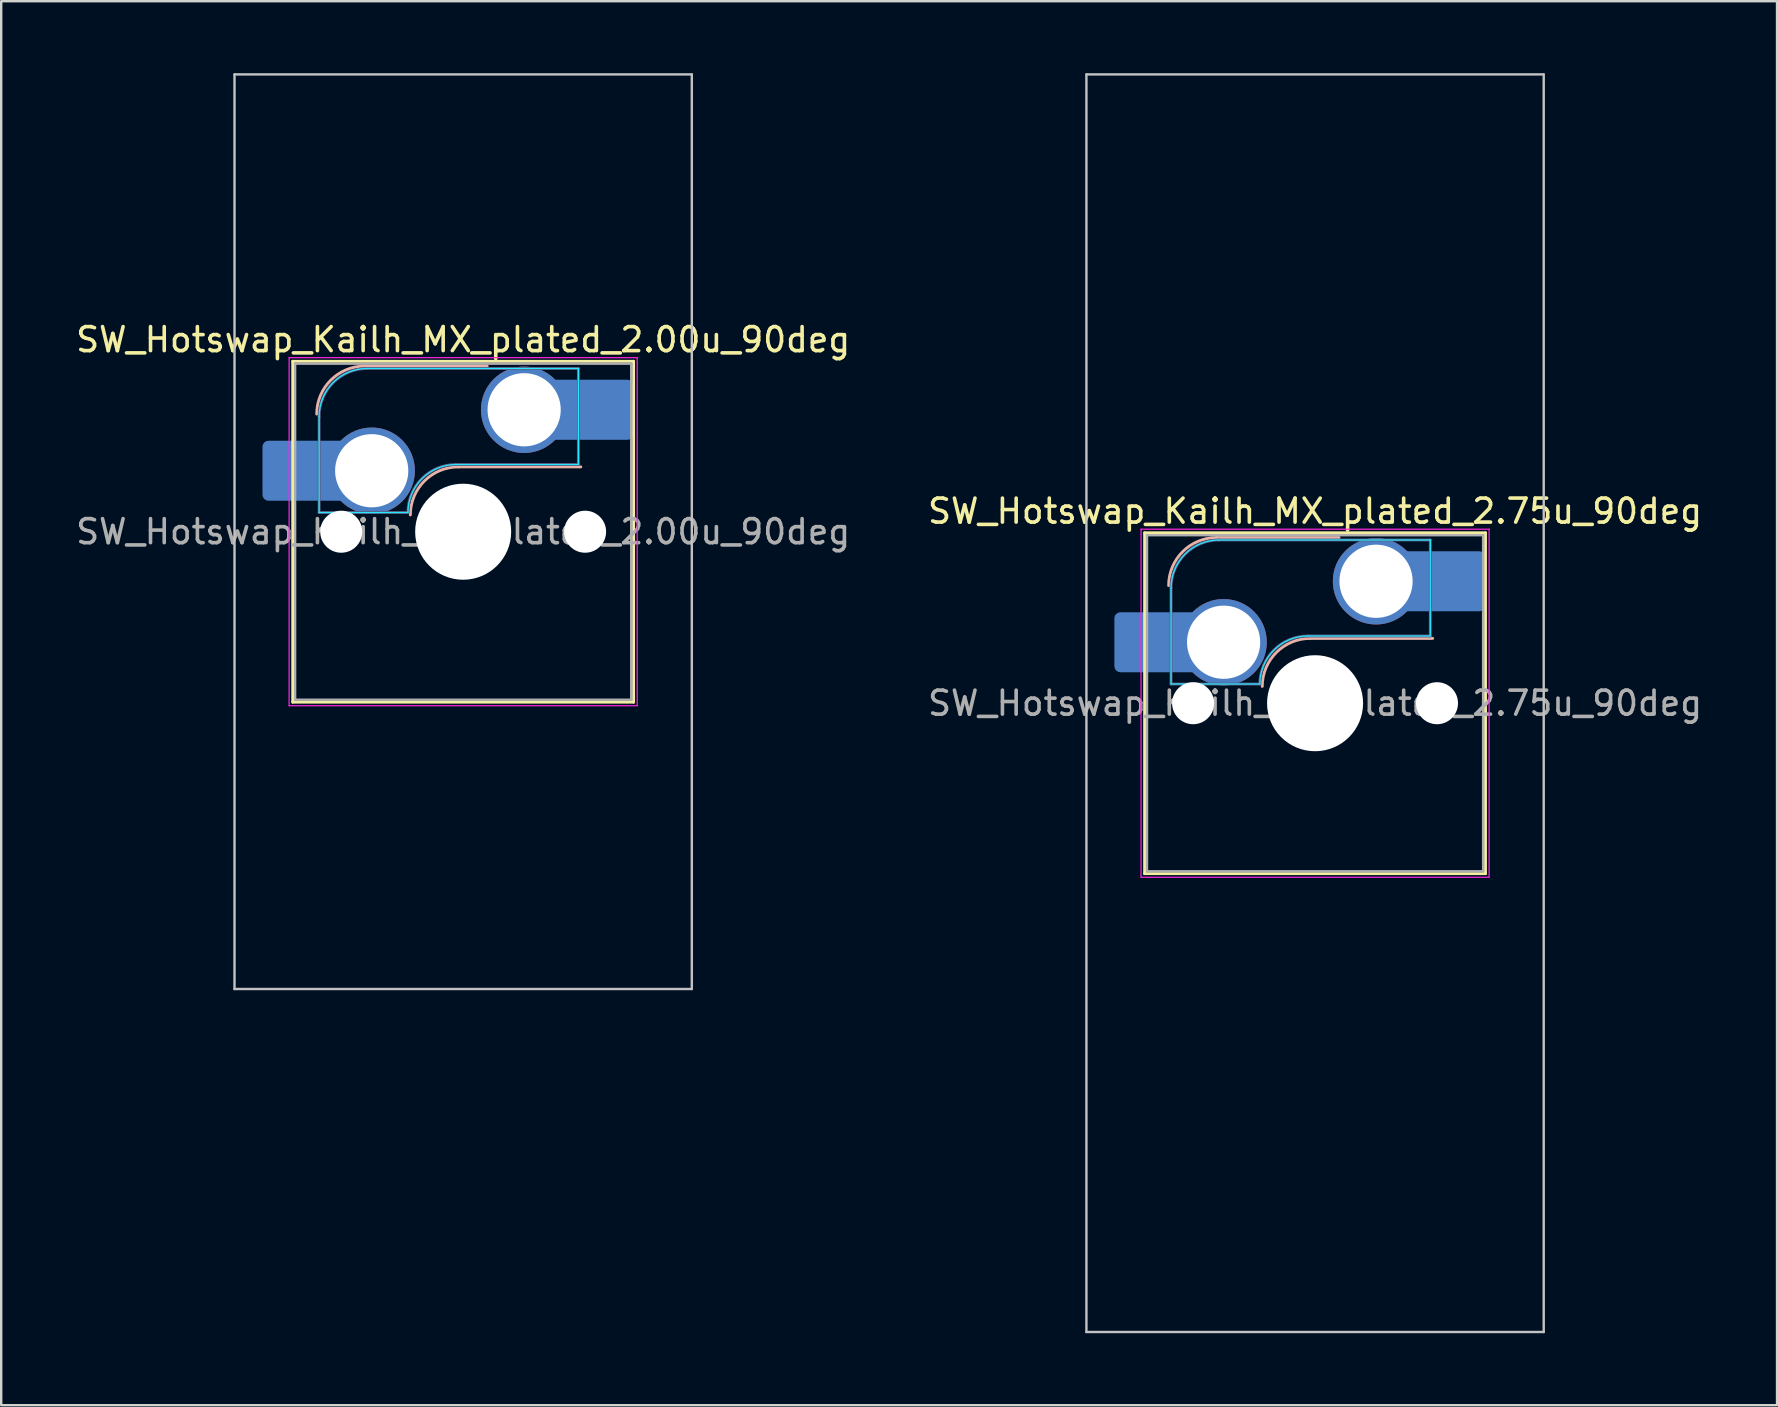
<source format=kicad_pcb>
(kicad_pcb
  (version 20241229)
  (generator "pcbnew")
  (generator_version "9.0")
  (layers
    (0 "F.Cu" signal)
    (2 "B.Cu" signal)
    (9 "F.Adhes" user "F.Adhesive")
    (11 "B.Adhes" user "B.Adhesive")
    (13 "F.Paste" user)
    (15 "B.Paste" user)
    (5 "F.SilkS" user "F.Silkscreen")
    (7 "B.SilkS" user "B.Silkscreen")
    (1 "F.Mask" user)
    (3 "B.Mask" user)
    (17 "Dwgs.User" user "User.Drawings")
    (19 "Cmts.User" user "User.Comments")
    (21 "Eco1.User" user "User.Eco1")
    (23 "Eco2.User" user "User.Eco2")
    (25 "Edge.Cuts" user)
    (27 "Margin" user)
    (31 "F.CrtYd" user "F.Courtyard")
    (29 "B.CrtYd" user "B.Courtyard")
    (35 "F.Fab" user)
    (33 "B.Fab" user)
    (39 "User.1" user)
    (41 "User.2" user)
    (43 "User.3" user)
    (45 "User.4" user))
  (footprint "SW_Hotswap_Kailh_MX_plated_2.75u_90deg"
    (layer "F.Cu")
    (at 51.732 26.244)
    (property "Reference" "SW_Hotswap_Kailh_MX_plated_2.75u_90deg" (at 0 -8 0) (layer "F.SilkS") (effects (font (size 1 1) (thickness 0.15))))
    (attr smd)
    (fp_line (start -7.1 -7.1) (end -7.1 7.1) (stroke (width 0.12) (type solid)) (layer "F.SilkS"))
    (fp_line (start -7.1 7.1) (end 7.1 7.1) (stroke (width 0.12) (type solid)) (layer "F.SilkS"))
    (fp_line (start 7.1 -7.1) (end -7.1 -7.1) (stroke (width 0.12) (type solid)) (layer "F.SilkS"))
    (fp_line (start 7.1 7.1) (end 7.1 -7.1) (stroke (width 0.12) (type solid)) (layer "F.SilkS"))
    (fp_line (start -4.1 -6.9) (end 1 -6.9) (stroke (width 0.12) (type solid)) (layer "B.SilkS"))
    (fp_line (start -0.2 -2.7) (end 4.9 -2.7) (stroke (width 0.12) (type solid)) (layer "B.SilkS"))
    (fp_arc (start -6.1 -4.9) (mid -5.514214 -6.314214) (end -4.1 -6.9) (stroke (width 0.12) (type solid)) (layer "B.SilkS"))
    (fp_arc (start -2.2 -0.7) (mid -1.614214 -2.114214) (end -0.2 -2.7) (stroke (width 0.12) (type solid)) (layer "B.SilkS"))
    (fp_line (start -9.525 -26.194) (end 9.525 -26.194) (stroke (width 0.1) (type solid)) (layer "Dwgs.User"))
    (fp_line (start -9.525 26.194) (end -9.525 -26.194) (stroke (width 0.1) (type solid)) (layer "Dwgs.User"))
    (fp_line (start 9.525 -26.194) (end 9.525 26.194) (stroke (width 0.1) (type solid)) (layer "Dwgs.User"))
    (fp_line (start 9.525 26.194) (end -9.525 26.194) (stroke (width 0.1) (type solid)) (layer "Dwgs.User"))
    (fp_line (start -7.8 -6) (end -7 -6) (stroke (width 0.1) (type solid)) (layer "Eco1.User"))
    (fp_line (start -7.8 -2.9) (end -7.8 -6) (stroke (width 0.1) (type solid)) (layer "Eco1.User"))
    (fp_line (start -7.8 2.9) (end -7 2.9) (stroke (width 0.1) (type solid)) (layer "Eco1.User"))
    (fp_line (start -7.8 6) (end -7.8 2.9) (stroke (width 0.1) (type solid)) (layer "Eco1.User"))
    (fp_line (start -7 -7) (end 7 -7) (stroke (width 0.1) (type solid)) (layer "Eco1.User"))
    (fp_line (start -7 -6) (end -7 -7) (stroke (width 0.1) (type solid)) (layer "Eco1.User"))
    (fp_line (start -7 -2.9) (end -7.8 -2.9) (stroke (width 0.1) (type solid)) (layer "Eco1.User"))
    (fp_line (start -7 2.9) (end -7 -2.9) (stroke (width 0.1) (type solid)) (layer "Eco1.User"))
    (fp_line (start -7 6) (end -7.8 6) (stroke (width 0.1) (type solid)) (layer "Eco1.User"))
    (fp_line (start -7 7) (end -7 6) (stroke (width 0.1) (type solid)) (layer "Eco1.User"))
    (fp_line (start 7 -7) (end 7 -6) (stroke (width 0.1) (type solid)) (layer "Eco1.User"))
    (fp_line (start 7 -6) (end 7.8 -6) (stroke (width 0.1) (type solid)) (layer "Eco1.User"))
    (fp_line (start 7 -2.9) (end 7 2.9) (stroke (width 0.1) (type solid)) (layer "Eco1.User"))
    (fp_line (start 7 2.9) (end 7.8 2.9) (stroke (width 0.1) (type solid)) (layer "Eco1.User"))
    (fp_line (start 7 6) (end 7 7) (stroke (width 0.1) (type solid)) (layer "Eco1.User"))
    (fp_line (start 7 7) (end -7 7) (stroke (width 0.1) (type solid)) (layer "Eco1.User"))
    (fp_line (start 7.8 -6) (end 7.8 -2.9) (stroke (width 0.1) (type solid)) (layer "Eco1.User"))
    (fp_line (start 7.8 -2.9) (end 7 -2.9) (stroke (width 0.1) (type solid)) (layer "Eco1.User"))
    (fp_line (start 7.8 2.9) (end 7.8 6) (stroke (width 0.1) (type solid)) (layer "Eco1.User"))
    (fp_line (start 7.8 6) (end 7 6) (stroke (width 0.1) (type solid)) (layer "Eco1.User"))
    (fp_line (start -6 -0.8) (end -6 -4.8) (stroke (width 0.05) (type solid)) (layer "B.CrtYd"))
    (fp_line (start -6 -0.8) (end -2.3 -0.8) (stroke (width 0.05) (type solid)) (layer "B.CrtYd"))
    (fp_line (start -4 -6.8) (end 4.8 -6.8) (stroke (width 0.05) (type solid)) (layer "B.CrtYd"))
    (fp_line (start -0.3 -2.8) (end 4.8 -2.8) (stroke (width 0.05) (type solid)) (layer "B.CrtYd"))
    (fp_line (start 4.8 -6.8) (end 4.8 -2.8) (stroke (width 0.05) (type solid)) (layer "B.CrtYd"))
    (fp_arc (start -6 -4.8) (mid -5.414214 -6.214214) (end -4 -6.8) (stroke (width 0.05) (type solid)) (layer "B.CrtYd"))
    (fp_arc (start -2.3 -0.8) (mid -1.714214 -2.214214) (end -0.3 -2.8) (stroke (width 0.05) (type solid)) (layer "B.CrtYd"))
    (fp_line (start -7.25 -7.25) (end -7.25 7.25) (stroke (width 0.05) (type solid)) (layer "F.CrtYd"))
    (fp_line (start -7.25 7.25) (end 7.25 7.25) (stroke (width 0.05) (type solid)) (layer "F.CrtYd"))
    (fp_line (start 7.25 -7.25) (end -7.25 -7.25) (stroke (width 0.05) (type solid)) (layer "F.CrtYd"))
    (fp_line (start 7.25 7.25) (end 7.25 -7.25) (stroke (width 0.05) (type solid)) (layer "F.CrtYd"))
    (fp_line (start -6 -0.8) (end -6 -4.8) (stroke (width 0.12) (type solid)) (layer "B.Fab"))
    (fp_line (start -6 -0.8) (end -2.3 -0.8) (stroke (width 0.12) (type solid)) (layer "B.Fab"))
    (fp_line (start -4 -6.8) (end 4.8 -6.8) (stroke (width 0.12) (type solid)) (layer "B.Fab"))
    (fp_line (start -0.3 -2.8) (end 4.8 -2.8) (stroke (width 0.12) (type solid)) (layer "B.Fab"))
    (fp_line (start 4.8 -6.8) (end 4.8 -2.8) (stroke (width 0.12) (type solid)) (layer "B.Fab"))
    (fp_arc (start -6 -4.8) (mid -5.414214 -6.214214) (end -4 -6.8) (stroke (width 0.12) (type solid)) (layer "B.Fab"))
    (fp_arc (start -2.3 -0.8) (mid -1.714214 -2.214214) (end -0.3 -2.8) (stroke (width 0.12) (type solid)) (layer "B.Fab"))
    (fp_line (start -7 -7) (end -7 7) (stroke (width 0.1) (type solid)) (layer "F.Fab"))
    (fp_line (start -7 7) (end 7 7) (stroke (width 0.1) (type solid)) (layer "F.Fab"))
    (fp_line (start 7 -7) (end -7 -7) (stroke (width 0.1) (type solid)) (layer "F.Fab"))
    (fp_line (start 7 7) (end 7 -7) (stroke (width 0.1) (type solid)) (layer "F.Fab"))
    (fp_text user "${REFERENCE}" (at 0 0 0) (layer "F.Fab") (effects (font (size 1 1) (thickness 0.15))))
    (pad "" smd roundrect (at -7.085 -2.54) (size 2.55 2.5) (layers "B.Mask" "B.Paste") (roundrect_rratio 0.1))
    (pad "" np_thru_hole circle (at -5.08 0) (size 1.75 1.75) (drill 1.75) (layers "*.Cu" "*.Mask"))
    (pad "" smd circle (at -3.81 -2.54) (size 3.1 3.1) (layers "F.Mask"))
    (pad "" np_thru_hole circle (at 0 0) (size 4 4) (drill 4) (layers "*.Cu" "*.Mask"))
    (pad "" smd circle (at 2.54 -5.08) (size 3.1 3.1) (layers "F.Mask"))
    (pad "" np_thru_hole circle (at 5.08 0) (size 1.75 1.75) (drill 1.75) (layers "*.Cu" "*.Mask"))
    (pad "" smd roundrect (at 5.842 -5.08) (size 2.55 2.5) (layers "B.Mask" "B.Paste") (roundrect_rratio 0.1))
    (pad "1" smd roundrect (at -6.585 -2.54) (size 3.55 2.5) (layers "B.Cu") (roundrect_rratio 0.1))
    (pad "1" thru_hole circle (at -3.81 -2.54) (size 3.6 3.6) (drill 3.05) (layers "*.Cu" "B.Mask"))
    (pad "2" thru_hole circle (at 2.54 -5.08) (size 3.6 3.6) (drill 3.05) (layers "*.Cu" "B.Mask"))
    (pad "2" smd roundrect (at 5.32 -5.08) (size 3.55 2.5) (layers "B.Cu") (roundrect_rratio 0.1)))
  (footprint "SW_Hotswap_Kailh_MX_plated_2.00u_90deg"
    (layer "F.Cu")
    (at 16.244 19.1)
    (property "Reference" "SW_Hotswap_Kailh_MX_plated_2.00u_90deg" (at 0 -8 0) (layer "F.SilkS") (effects (font (size 1 1) (thickness 0.15))))
    (attr smd)
    (fp_line (start -7.1 -7.1) (end -7.1 7.1) (stroke (width 0.12) (type solid)) (layer "F.SilkS"))
    (fp_line (start -7.1 7.1) (end 7.1 7.1) (stroke (width 0.12) (type solid)) (layer "F.SilkS"))
    (fp_line (start 7.1 -7.1) (end -7.1 -7.1) (stroke (width 0.12) (type solid)) (layer "F.SilkS"))
    (fp_line (start 7.1 7.1) (end 7.1 -7.1) (stroke (width 0.12) (type solid)) (layer "F.SilkS"))
    (fp_line (start -4.1 -6.9) (end 1 -6.9) (stroke (width 0.12) (type solid)) (layer "B.SilkS"))
    (fp_line (start -0.2 -2.7) (end 4.9 -2.7) (stroke (width 0.12) (type solid)) (layer "B.SilkS"))
    (fp_arc (start -6.1 -4.9) (mid -5.514214 -6.314214) (end -4.1 -6.9) (stroke (width 0.12) (type solid)) (layer "B.SilkS"))
    (fp_arc (start -2.2 -0.7) (mid -1.614214 -2.114214) (end -0.2 -2.7) (stroke (width 0.12) (type solid)) (layer "B.SilkS"))
    (fp_line (start -9.525 -19.05) (end 9.525 -19.05) (stroke (width 0.1) (type solid)) (layer "Dwgs.User"))
    (fp_line (start -9.525 19.05) (end -9.525 -19.05) (stroke (width 0.1) (type solid)) (layer "Dwgs.User"))
    (fp_line (start 9.525 -19.05) (end 9.525 19.05) (stroke (width 0.1) (type solid)) (layer "Dwgs.User"))
    (fp_line (start 9.525 19.05) (end -9.525 19.05) (stroke (width 0.1) (type solid)) (layer "Dwgs.User"))
    (fp_line (start -7.8 -6) (end -7 -6) (stroke (width 0.1) (type solid)) (layer "Eco1.User"))
    (fp_line (start -7.8 -2.9) (end -7.8 -6) (stroke (width 0.1) (type solid)) (layer "Eco1.User"))
    (fp_line (start -7.8 2.9) (end -7 2.9) (stroke (width 0.1) (type solid)) (layer "Eco1.User"))
    (fp_line (start -7.8 6) (end -7.8 2.9) (stroke (width 0.1) (type solid)) (layer "Eco1.User"))
    (fp_line (start -7 -7) (end 7 -7) (stroke (width 0.1) (type solid)) (layer "Eco1.User"))
    (fp_line (start -7 -6) (end -7 -7) (stroke (width 0.1) (type solid)) (layer "Eco1.User"))
    (fp_line (start -7 -2.9) (end -7.8 -2.9) (stroke (width 0.1) (type solid)) (layer "Eco1.User"))
    (fp_line (start -7 2.9) (end -7 -2.9) (stroke (width 0.1) (type solid)) (layer "Eco1.User"))
    (fp_line (start -7 6) (end -7.8 6) (stroke (width 0.1) (type solid)) (layer "Eco1.User"))
    (fp_line (start -7 7) (end -7 6) (stroke (width 0.1) (type solid)) (layer "Eco1.User"))
    (fp_line (start 7 -7) (end 7 -6) (stroke (width 0.1) (type solid)) (layer "Eco1.User"))
    (fp_line (start 7 -6) (end 7.8 -6) (stroke (width 0.1) (type solid)) (layer "Eco1.User"))
    (fp_line (start 7 -2.9) (end 7 2.9) (stroke (width 0.1) (type solid)) (layer "Eco1.User"))
    (fp_line (start 7 2.9) (end 7.8 2.9) (stroke (width 0.1) (type solid)) (layer "Eco1.User"))
    (fp_line (start 7 6) (end 7 7) (stroke (width 0.1) (type solid)) (layer "Eco1.User"))
    (fp_line (start 7 7) (end -7 7) (stroke (width 0.1) (type solid)) (layer "Eco1.User"))
    (fp_line (start 7.8 -6) (end 7.8 -2.9) (stroke (width 0.1) (type solid)) (layer "Eco1.User"))
    (fp_line (start 7.8 -2.9) (end 7 -2.9) (stroke (width 0.1) (type solid)) (layer "Eco1.User"))
    (fp_line (start 7.8 2.9) (end 7.8 6) (stroke (width 0.1) (type solid)) (layer "Eco1.User"))
    (fp_line (start 7.8 6) (end 7 6) (stroke (width 0.1) (type solid)) (layer "Eco1.User"))
    (fp_line (start -6 -0.8) (end -6 -4.8) (stroke (width 0.05) (type solid)) (layer "B.CrtYd"))
    (fp_line (start -6 -0.8) (end -2.3 -0.8) (stroke (width 0.05) (type solid)) (layer "B.CrtYd"))
    (fp_line (start -4 -6.8) (end 4.8 -6.8) (stroke (width 0.05) (type solid)) (layer "B.CrtYd"))
    (fp_line (start -0.3 -2.8) (end 4.8 -2.8) (stroke (width 0.05) (type solid)) (layer "B.CrtYd"))
    (fp_line (start 4.8 -6.8) (end 4.8 -2.8) (stroke (width 0.05) (type solid)) (layer "B.CrtYd"))
    (fp_arc (start -6 -4.8) (mid -5.414214 -6.214214) (end -4 -6.8) (stroke (width 0.05) (type solid)) (layer "B.CrtYd"))
    (fp_arc (start -2.3 -0.8) (mid -1.714214 -2.214214) (end -0.3 -2.8) (stroke (width 0.05) (type solid)) (layer "B.CrtYd"))
    (fp_line (start -7.25 -7.25) (end -7.25 7.25) (stroke (width 0.05) (type solid)) (layer "F.CrtYd"))
    (fp_line (start -7.25 7.25) (end 7.25 7.25) (stroke (width 0.05) (type solid)) (layer "F.CrtYd"))
    (fp_line (start 7.25 -7.25) (end -7.25 -7.25) (stroke (width 0.05) (type solid)) (layer "F.CrtYd"))
    (fp_line (start 7.25 7.25) (end 7.25 -7.25) (stroke (width 0.05) (type solid)) (layer "F.CrtYd"))
    (fp_line (start -6 -0.8) (end -6 -4.8) (stroke (width 0.12) (type solid)) (layer "B.Fab"))
    (fp_line (start -6 -0.8) (end -2.3 -0.8) (stroke (width 0.12) (type solid)) (layer "B.Fab"))
    (fp_line (start -4 -6.8) (end 4.8 -6.8) (stroke (width 0.12) (type solid)) (layer "B.Fab"))
    (fp_line (start -0.3 -2.8) (end 4.8 -2.8) (stroke (width 0.12) (type solid)) (layer "B.Fab"))
    (fp_line (start 4.8 -6.8) (end 4.8 -2.8) (stroke (width 0.12) (type solid)) (layer "B.Fab"))
    (fp_arc (start -6 -4.8) (mid -5.414214 -6.214214) (end -4 -6.8) (stroke (width 0.12) (type solid)) (layer "B.Fab"))
    (fp_arc (start -2.3 -0.8) (mid -1.714214 -2.214214) (end -0.3 -2.8) (stroke (width 0.12) (type solid)) (layer "B.Fab"))
    (fp_line (start -7 -7) (end -7 7) (stroke (width 0.1) (type solid)) (layer "F.Fab"))
    (fp_line (start -7 7) (end 7 7) (stroke (width 0.1) (type solid)) (layer "F.Fab"))
    (fp_line (start 7 -7) (end -7 -7) (stroke (width 0.1) (type solid)) (layer "F.Fab"))
    (fp_line (start 7 7) (end 7 -7) (stroke (width 0.1) (type solid)) (layer "F.Fab"))
    (fp_text user "${REFERENCE}" (at 0 0 0) (layer "F.Fab") (effects (font (size 1 1) (thickness 0.15))))
    (pad "" smd roundrect (at -7.085 -2.54) (size 2.55 2.5) (layers "B.Mask" "B.Paste") (roundrect_rratio 0.1))
    (pad "" np_thru_hole circle (at -5.08 0) (size 1.75 1.75) (drill 1.75) (layers "*.Cu" "*.Mask"))
    (pad "" smd circle (at -3.81 -2.54) (size 3.1 3.1) (layers "F.Mask"))
    (pad "" np_thru_hole circle (at 0 0) (size 4 4) (drill 4) (layers "*.Cu" "*.Mask"))
    (pad "" smd circle (at 2.54 -5.08) (size 3.1 3.1) (layers "F.Mask"))
    (pad "" np_thru_hole circle (at 5.08 0) (size 1.75 1.75) (drill 1.75) (layers "*.Cu" "*.Mask"))
    (pad "" smd roundrect (at 5.842 -5.08) (size 2.55 2.5) (layers "B.Mask" "B.Paste") (roundrect_rratio 0.1))
    (pad "1" smd roundrect (at -6.585 -2.54) (size 3.55 2.5) (layers "B.Cu") (roundrect_rratio 0.1))
    (pad "1" thru_hole circle (at -3.81 -2.54) (size 3.6 3.6) (drill 3.05) (layers "*.Cu" "B.Mask"))
    (pad "2" thru_hole circle (at 2.54 -5.08) (size 3.6 3.6) (drill 3.05) (layers "*.Cu" "B.Mask"))
    (pad "2" smd roundrect (at 5.32 -5.08) (size 3.55 2.5) (layers "B.Cu") (roundrect_rratio 0.1)))
  (gr_rect
    (start -3 -3)
    (end 70.976 55.487)
    (stroke (width 0.1) (type default))
    (fill no)
    (layer "Edge.Cuts")))
</source>
